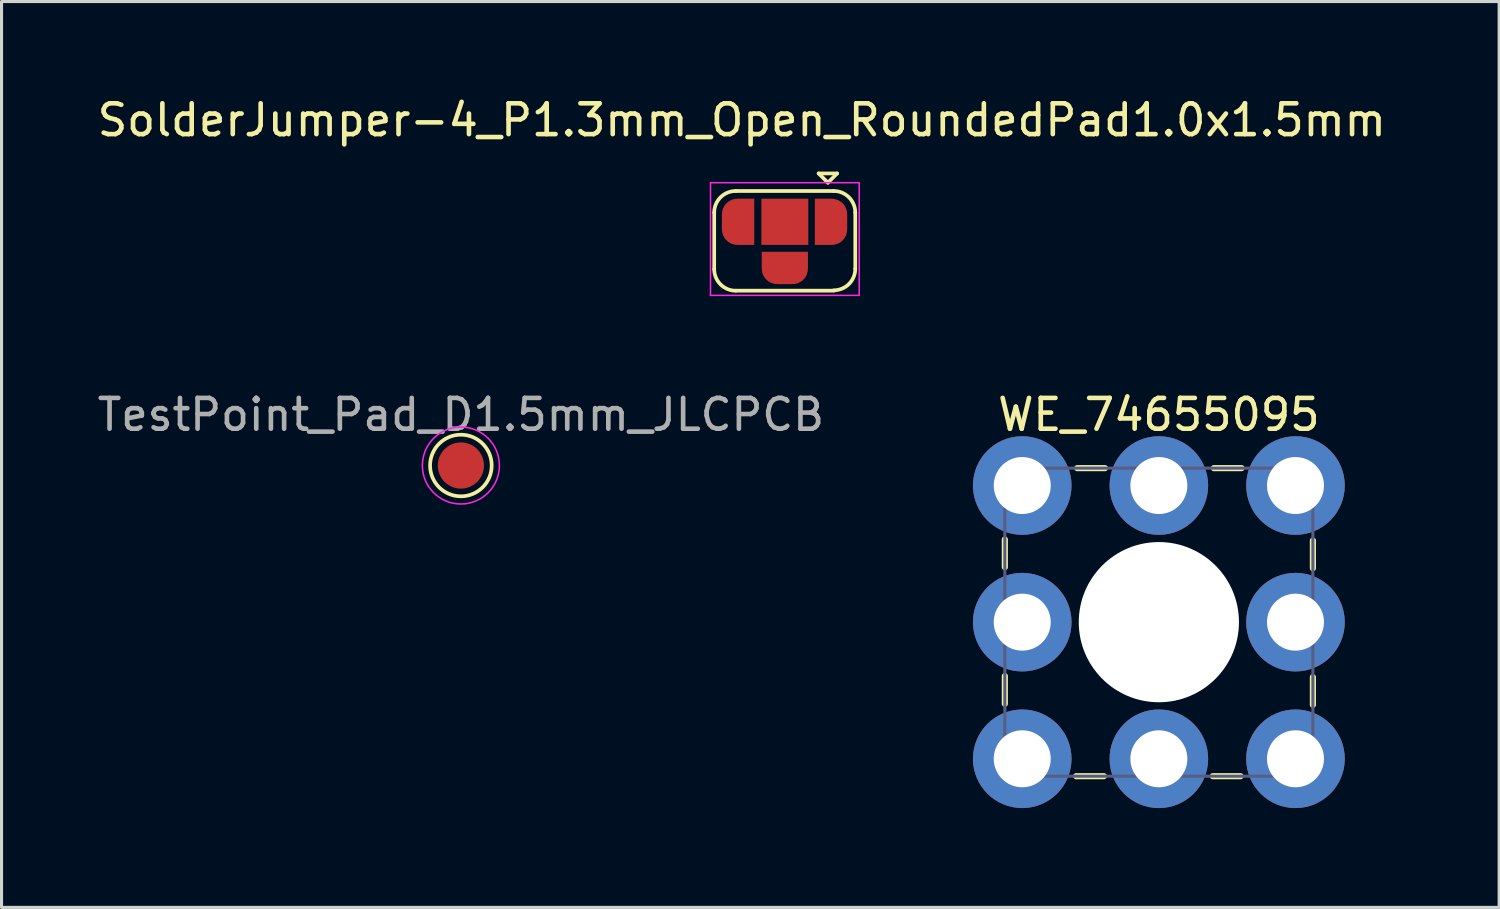
<source format=kicad_pcb>
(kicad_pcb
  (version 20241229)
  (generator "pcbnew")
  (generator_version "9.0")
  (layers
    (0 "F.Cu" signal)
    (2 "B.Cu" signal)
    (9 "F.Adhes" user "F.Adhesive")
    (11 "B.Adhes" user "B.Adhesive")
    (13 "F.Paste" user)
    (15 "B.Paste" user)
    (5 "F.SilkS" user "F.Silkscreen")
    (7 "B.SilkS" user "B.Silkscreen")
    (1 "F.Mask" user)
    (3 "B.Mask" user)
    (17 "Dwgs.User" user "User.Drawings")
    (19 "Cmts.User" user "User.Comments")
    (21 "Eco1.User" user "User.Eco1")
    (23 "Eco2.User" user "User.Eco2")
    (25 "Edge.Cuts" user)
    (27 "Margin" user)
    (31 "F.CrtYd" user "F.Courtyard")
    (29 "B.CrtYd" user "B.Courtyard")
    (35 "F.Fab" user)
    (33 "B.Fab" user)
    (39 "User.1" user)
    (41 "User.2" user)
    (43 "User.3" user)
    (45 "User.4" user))
  (footprint "SolderJumper-4_P1.3mm_Open_RoundedPad1.0x1.5mm"
    (layer "F.Cu")
    (at 22.427 4.15)
    (property "Reference" "SolderJumper-4_P1.3mm_Open_RoundedPad1.0x1.5mm" (at -1.397 -3.302 0) (layer "F.SilkS") (effects (font (size 1 1) (thickness 0.15))))
    (attr exclude_from_pos_files exclude_from_bom)
    (fp_line (start -2.293 1.537) (end -2.293 -0.3) (stroke (width 0.12) (type solid)) (layer "F.SilkS"))
    (fp_line (start -1.593 -1) (end 1.586 -1) (stroke (width 0.12) (type solid)) (layer "F.SilkS"))
    (fp_line (start -1.589 2.235) (end 1.589 2.235) (stroke (width 0.12) (type solid)) (layer "F.SilkS"))
    (fp_line (start 1.397 -1.27) (end 1.097 -1.57) (stroke (width 0.12) (type solid)) (layer "F.SilkS"))
    (fp_line (start 1.397 -1.27) (end 1.697 -1.57) (stroke (width 0.12) (type solid)) (layer "F.SilkS"))
    (fp_line (start 1.697 -1.57) (end 1.097 -1.57) (stroke (width 0.12) (type solid)) (layer "F.SilkS"))
    (fp_line (start 2.286 -0.3) (end 2.286 1.524) (stroke (width 0.12) (type solid)) (layer "F.SilkS"))
    (fp_arc (start -2.293 -0.3) (mid -2.087975 -0.794975) (end -1.593 -1) (stroke (width 0.12) (type solid)) (layer "F.SilkS"))
    (fp_arc (start -1.593 2.237025) (mid -2.087975 2.032) (end -2.293 1.537025) (stroke (width 0.12) (type solid)) (layer "F.SilkS"))
    (fp_arc (start 1.586 -1) (mid 2.080975 -0.794975) (end 2.286 -0.3) (stroke (width 0.12) (type solid)) (layer "F.SilkS"))
    (fp_arc (start 2.286 1.524) (mid 2.080975 2.018975) (end 1.586 2.224) (stroke (width 0.12) (type solid)) (layer "F.SilkS"))
    (fp_line (start -2.413 -1.27) (end -2.413 2.388) (stroke (width 0.05) (type solid)) (layer "F.CrtYd"))
    (fp_line (start -2.413 -1.27) (end 2.413 -1.27) (stroke (width 0.05) (type solid)) (layer "F.CrtYd"))
    (fp_line (start 2.413 2.388) (end -2.413 2.388) (stroke (width 0.05) (type solid)) (layer "F.CrtYd"))
    (fp_line (start 2.413 2.388) (end 2.413 -1.27) (stroke (width 0.05) (type solid)) (layer "F.CrtYd"))
    (pad "1" smd custom (at 1.524 0) (size 1 0.5) (layers "F.Cu" "F.Mask") (options (anchor rect)) (primitives (gr_circle (center 0 0.25) (end 0.5 0.25) (width 0) (fill yes)) (gr_circle (center 0 -0.25) (end 0.5 -0.25) (width 0) (fill yes)) (gr_poly (pts (xy 0 0.75) (xy -0.55 0.75) (xy -0.55 -0.75) (xy 0 -0.75)) (width 0) (fill yes))))
    (pad "2" smd custom (at 0 1.524 270) (size 1 0.5) (layers "F.Cu" "F.Mask") (options (anchor rect)) (primitives (gr_circle (center 0 0.25) (end 0.5 0.25) (width 0) (fill yes)) (gr_circle (center 0 -0.25) (end 0.5 -0.25) (width 0) (fill yes)) (gr_poly (pts (xy 0 0.75) (xy -0.55 0.75) (xy -0.55 -0.75) (xy 0 -0.75)) (width 0) (fill yes))))
    (pad "3" smd custom (at -1.543 0) (size 1 0.5) (layers "F.Cu" "F.Mask") (options (anchor rect)) (primitives (gr_circle (center 0 0.25) (end 0.5 0.25) (width 0) (fill yes)) (gr_circle (center 0 -0.25) (end 0.5 -0.25) (width 0) (fill yes)) (gr_poly (pts (xy 0.55 0.75) (xy 0 0.75) (xy 0 -0.75) (xy 0.55 -0.75)) (width 0) (fill yes))))
    (pad "4" smd rect (at 0 0) (size 1.524 1.5) (layers "F.Cu" "F.Mask")))
  (footprint "WE_74655095"
    (layer "F.Cu")
    (at 34.568 17.146)
    (property "Reference" "WE_74655095" (at 0 -6.735 0) (layer "F.SilkS") (effects (font (size 1 1) (thickness 0.15))))
    (fp_line (start -5 -1.785) (end -5 -2.685) (stroke (width 0.2) (type solid)) (layer "F.SilkS"))
    (fp_line (start -5 2.65) (end -5 1.75) (stroke (width 0.2) (type solid)) (layer "F.SilkS"))
    (fp_line (start -2.685 5) (end -1.785 5) (stroke (width 0.2) (type solid)) (layer "F.SilkS"))
    (fp_line (start -2.65 -5) (end -1.75 -5) (stroke (width 0.2) (type solid)) (layer "F.SilkS"))
    (fp_line (start 1.75 5) (end 2.65 5) (stroke (width 0.2) (type solid)) (layer "F.SilkS"))
    (fp_line (start 1.785 -5) (end 2.685 -5) (stroke (width 0.2) (type solid)) (layer "F.SilkS"))
    (fp_line (start 5 -1.75) (end 5 -2.65) (stroke (width 0.2) (type solid)) (layer "F.SilkS"))
    (fp_line (start 5 2.685) (end 5 1.785) (stroke (width 0.2) (type solid)) (layer "F.SilkS"))
    (fp_poly (pts (xy -4.435 -2.885) (xy -4.588 -2.885) (xy -4.887 -2.945) (xy -5.169 -3.061) (xy -5.423 -3.231) (xy -5.639 -3.447) (xy -5.809 -3.701) (xy -5.925 -3.983) (xy -5.985 -4.282) (xy -5.985 -4.435) (xy -5.985 -4.588) (xy -5.925 -4.887) (xy -5.809 -5.169) (xy -5.639 -5.423) (xy -5.423 -5.639) (xy -5.169 -5.809) (xy -4.887 -5.925) (xy -4.588 -5.985) (xy -4.435 -5.985) (xy -4.282 -5.985) (xy -3.983 -5.925) (xy -3.701 -5.809) (xy -3.447 -5.639) (xy -3.231 -5.423) (xy -3.061 -5.169) (xy -2.945 -4.887) (xy -2.885 -4.588) (xy -2.885 -4.435) (xy -2.885 -4.282) (xy -2.945 -3.983) (xy -3.061 -3.701) (xy -3.231 -3.447) (xy -3.447 -3.231) (xy -3.701 -3.061) (xy -3.983 -2.945) (xy -4.282 -2.885)) (stroke (width 0) (type default)) (fill yes) (layer "F.Paste"))
    (fp_poly (pts (xy -4.435 1.55) (xy -4.588 1.55) (xy -4.887 1.49) (xy -5.169 1.374) (xy -5.423 1.204) (xy -5.639 0.988) (xy -5.809 0.734) (xy -5.925 0.452) (xy -5.985 0.153) (xy -5.985 0) (xy -5.985 -0.153) (xy -5.925 -0.452) (xy -5.809 -0.734) (xy -5.639 -0.988) (xy -5.423 -1.204) (xy -5.169 -1.374) (xy -4.887 -1.49) (xy -4.588 -1.55) (xy -4.435 -1.55) (xy -4.282 -1.55) (xy -3.983 -1.49) (xy -3.701 -1.374) (xy -3.447 -1.204) (xy -3.231 -0.988) (xy -3.061 -0.734) (xy -2.945 -0.452) (xy -2.885 -0.153) (xy -2.885 0) (xy -2.885 0.153) (xy -2.945 0.452) (xy -3.061 0.734) (xy -3.231 0.988) (xy -3.447 1.204) (xy -3.701 1.374) (xy -3.983 1.49) (xy -4.282 1.55)) (stroke (width 0) (type default)) (fill yes) (layer "F.Paste"))
    (fp_poly (pts (xy -4.435 5.985) (xy -4.588 5.985) (xy -4.887 5.925) (xy -5.169 5.809) (xy -5.423 5.639) (xy -5.639 5.423) (xy -5.809 5.169) (xy -5.925 4.887) (xy -5.985 4.588) (xy -5.985 4.435) (xy -5.985 4.282) (xy -5.925 3.983) (xy -5.809 3.701) (xy -5.639 3.447) (xy -5.423 3.231) (xy -5.169 3.061) (xy -4.887 2.945) (xy -4.588 2.885) (xy -4.435 2.885) (xy -4.282 2.885) (xy -3.983 2.945) (xy -3.701 3.061) (xy -3.447 3.231) (xy -3.231 3.447) (xy -3.061 3.701) (xy -2.945 3.983) (xy -2.885 4.282) (xy -2.885 4.435) (xy -2.885 4.588) (xy -2.945 4.887) (xy -3.061 5.169) (xy -3.231 5.423) (xy -3.447 5.639) (xy -3.701 5.809) (xy -3.983 5.925) (xy -4.282 5.985)) (stroke (width 0) (type default)) (fill yes) (layer "F.Paste"))
    (fp_poly (pts (xy 0 -2.885) (xy -0.153 -2.885) (xy -0.452 -2.945) (xy -0.734 -3.061) (xy -0.988 -3.231) (xy -1.204 -3.447) (xy -1.374 -3.701) (xy -1.49 -3.983) (xy -1.55 -4.282) (xy -1.55 -4.435) (xy -1.55 -4.588) (xy -1.49 -4.887) (xy -1.374 -5.169) (xy -1.204 -5.423) (xy -0.988 -5.639) (xy -0.734 -5.809) (xy -0.452 -5.925) (xy -0.153 -5.985) (xy 0 -5.985) (xy 0.153 -5.985) (xy 0.452 -5.925) (xy 0.734 -5.809) (xy 0.988 -5.639) (xy 1.204 -5.423) (xy 1.374 -5.169) (xy 1.49 -4.887) (xy 1.55 -4.588) (xy 1.55 -4.435) (xy 1.55 -4.282) (xy 1.49 -3.983) (xy 1.374 -3.701) (xy 1.204 -3.447) (xy 0.988 -3.231) (xy 0.734 -3.061) (xy 0.452 -2.945) (xy 0.153 -2.885)) (stroke (width 0) (type default)) (fill yes) (layer "F.Paste"))
    (fp_poly (pts (xy 0 5.985) (xy -0.153 5.985) (xy -0.452 5.925) (xy -0.734 5.809) (xy -0.988 5.639) (xy -1.204 5.423) (xy -1.374 5.169) (xy -1.49 4.887) (xy -1.55 4.588) (xy -1.55 4.435) (xy -1.55 4.282) (xy -1.49 3.983) (xy -1.374 3.701) (xy -1.204 3.447) (xy -0.988 3.231) (xy -0.734 3.061) (xy -0.452 2.945) (xy -0.153 2.885) (xy 0 2.885) (xy 0.153 2.885) (xy 0.452 2.945) (xy 0.734 3.061) (xy 0.988 3.231) (xy 1.204 3.447) (xy 1.374 3.701) (xy 1.49 3.983) (xy 1.55 4.282) (xy 1.55 4.435) (xy 1.55 4.588) (xy 1.49 4.887) (xy 1.374 5.169) (xy 1.204 5.423) (xy 0.988 5.639) (xy 0.734 5.809) (xy 0.452 5.925) (xy 0.153 5.985)) (stroke (width 0) (type default)) (fill yes) (layer "F.Paste"))
    (fp_poly (pts (xy 4.435 -2.885) (xy 4.282 -2.885) (xy 3.983 -2.945) (xy 3.701 -3.061) (xy 3.447 -3.231) (xy 3.231 -3.447) (xy 3.061 -3.701) (xy 2.945 -3.983) (xy 2.885 -4.282) (xy 2.885 -4.435) (xy 2.885 -4.588) (xy 2.945 -4.887) (xy 3.061 -5.169) (xy 3.231 -5.423) (xy 3.447 -5.639) (xy 3.701 -5.809) (xy 3.983 -5.925) (xy 4.282 -5.985) (xy 4.435 -5.985) (xy 4.588 -5.985) (xy 4.887 -5.925) (xy 5.169 -5.809) (xy 5.423 -5.639) (xy 5.639 -5.423) (xy 5.809 -5.169) (xy 5.925 -4.887) (xy 5.985 -4.588) (xy 5.985 -4.435) (xy 5.985 -4.282) (xy 5.925 -3.983) (xy 5.809 -3.701) (xy 5.639 -3.447) (xy 5.423 -3.231) (xy 5.169 -3.061) (xy 4.887 -2.945) (xy 4.588 -2.885)) (stroke (width 0) (type default)) (fill yes) (layer "F.Paste"))
    (fp_poly (pts (xy 4.435 1.55) (xy 4.282 1.55) (xy 3.983 1.49) (xy 3.701 1.374) (xy 3.447 1.204) (xy 3.231 0.988) (xy 3.061 0.734) (xy 2.945 0.452) (xy 2.885 0.153) (xy 2.885 0) (xy 2.885 -0.153) (xy 2.945 -0.452) (xy 3.061 -0.734) (xy 3.231 -0.988) (xy 3.447 -1.204) (xy 3.701 -1.374) (xy 3.983 -1.49) (xy 4.282 -1.55) (xy 4.435 -1.55) (xy 4.588 -1.55) (xy 4.887 -1.49) (xy 5.169 -1.374) (xy 5.423 -1.204) (xy 5.639 -0.988) (xy 5.809 -0.734) (xy 5.925 -0.452) (xy 5.985 -0.153) (xy 5.985 0) (xy 5.985 0.153) (xy 5.925 0.452) (xy 5.809 0.734) (xy 5.639 0.988) (xy 5.423 1.204) (xy 5.169 1.374) (xy 4.887 1.49) (xy 4.588 1.55)) (stroke (width 0) (type default)) (fill yes) (layer "F.Paste"))
    (fp_poly (pts (xy 4.435 5.985) (xy 4.282 5.985) (xy 3.983 5.925) (xy 3.701 5.809) (xy 3.447 5.639) (xy 3.231 5.423) (xy 3.061 5.169) (xy 2.945 4.887) (xy 2.885 4.588) (xy 2.885 4.435) (xy 2.885 4.282) (xy 2.945 3.983) (xy 3.061 3.701) (xy 3.231 3.447) (xy 3.447 3.231) (xy 3.701 3.061) (xy 3.983 2.945) (xy 4.282 2.885) (xy 4.435 2.885) (xy 4.588 2.885) (xy 4.887 2.945) (xy 5.169 3.061) (xy 5.423 3.231) (xy 5.639 3.447) (xy 5.809 3.701) (xy 5.925 3.983) (xy 5.985 4.282) (xy 5.985 4.435) (xy 5.985 4.588) (xy 5.925 4.887) (xy 5.809 5.169) (xy 5.639 5.423) (xy 5.423 5.639) (xy 5.169 5.809) (xy 4.887 5.925) (xy 4.588 5.985)) (stroke (width 0) (type default)) (fill yes) (layer "F.Paste"))
    (fp_line (start -6.235 -6.235) (end 6.235 -6.235) (stroke (width 0.05) (type solid)) (layer "Eco2.User"))
    (fp_line (start -6.235 6.235) (end -6.235 -6.235) (stroke (width 0.05) (type solid)) (layer "Eco2.User"))
    (fp_line (start -6.235 6.235) (end 6.235 6.235) (stroke (width 0.05) (type solid)) (layer "Eco2.User"))
    (fp_line (start -5 -5) (end 5 -5) (stroke (width 0.1) (type solid)) (layer "Eco2.User"))
    (fp_line (start -5 5) (end -5 -5) (stroke (width 0.1) (type solid)) (layer "Eco2.User"))
    (fp_line (start -5 5) (end 5 5) (stroke (width 0.1) (type solid)) (layer "Eco2.User"))
    (fp_line (start -0.5 0) (end 0.5 0) (stroke (width 0.05) (type solid)) (layer "Eco2.User"))
    (fp_line (start 0 0.5) (end 0 -0.5) (stroke (width 0.05) (type solid)) (layer "Eco2.User"))
    (fp_line (start 5 5) (end 5 -5) (stroke (width 0.1) (type solid)) (layer "Eco2.User"))
    (fp_line (start 6.235 6.235) (end 6.235 -6.235) (stroke (width 0.05) (type solid)) (layer "Eco2.User"))
    (fp_line (start -5 -5) (end 5 -5) (stroke (width 0.1) (type solid)) (layer "B.Fab"))
    (fp_line (start -5 5) (end -5 -5) (stroke (width 0.1) (type solid)) (layer "B.Fab"))
    (fp_line (start -5 5) (end 5 5) (stroke (width 0.1) (type solid)) (layer "B.Fab"))
    (fp_line (start 5 5) (end 5 -5) (stroke (width 0.1) (type solid)) (layer "B.Fab"))
    (fp_text user "${REFERENCE}" (at 0.15 -0.197 0) (unlocked yes) (layer "User.3") (effects (font (size 1.5 1.5) (thickness 0.15))))
    (pad "" np_thru_hole circle (at 0 0) (size 5.2 5.2) (drill 5.2) (layers "*.Cu" "*.Mask"))
    (pad "1" thru_hole circle (at -4.435 -4.435) (size 3.2 3.2) (drill 1.85) (layers "*.Cu" "*.Mask"))
    (pad "1" thru_hole circle (at -4.435 0) (size 3.2 3.2) (drill 1.85) (layers "*.Cu" "*.Mask"))
    (pad "1" thru_hole circle (at -4.435 4.435) (size 3.2 3.2) (drill 1.85) (layers "*.Cu" "*.Mask"))
    (pad "1" thru_hole circle (at 0 -4.435) (size 3.2 3.2) (drill 1.85) (layers "*.Cu" "*.Mask"))
    (pad "1" thru_hole circle (at 0 4.435) (size 3.2 3.2) (drill 1.85) (layers "*.Cu" "*.Mask"))
    (pad "1" thru_hole circle (at 4.435 -4.435) (size 3.2 3.2) (drill 1.85) (layers "*.Cu" "*.Mask"))
    (pad "1" thru_hole circle (at 4.435 0) (size 3.2 3.2) (drill 1.85) (layers "*.Cu" "*.Mask"))
    (pad "1" thru_hole circle (at 4.435 4.435) (size 3.2 3.2) (drill 1.85) (layers "*.Cu" "*.Mask")))
  (footprint "TestPoint_Pad_D1.5mm_JLCPCB"
    (layer "F.Cu")
    (at 11.911 12.061)
    (property "Reference" "TestPoint_Pad_D1.5mm_JLCPCB" (at 0 -1.648 0) (layer "User.1") (effects (font (size 1 1) (thickness 0.15)) (justify mirror)))
    (attr exclude_from_pos_files)
    (fp_circle (center 0 0) (end 1 0) (stroke (width 0.12) (type solid)) (fill no) (layer "F.SilkS"))
    (fp_circle (center 0 0) (end 1.25 0) (stroke (width 0.05) (type solid)) (fill no) (layer "F.CrtYd"))
    (fp_text user "${REFERENCE}" (at 0 -1.65 0) (layer "F.Fab") (effects (font (size 1 1) (thickness 0.15))))
    (pad "1" smd circle (at 0 0) (size 1.5 1.5) (layers "F.Cu" "F.Mask")))
  (gr_rect
    (start -3 -3)
    (end 45.614 26.406)
    (stroke (width 0.1) (type default))
    (fill no)
    (layer "Edge.Cuts")))
</source>
